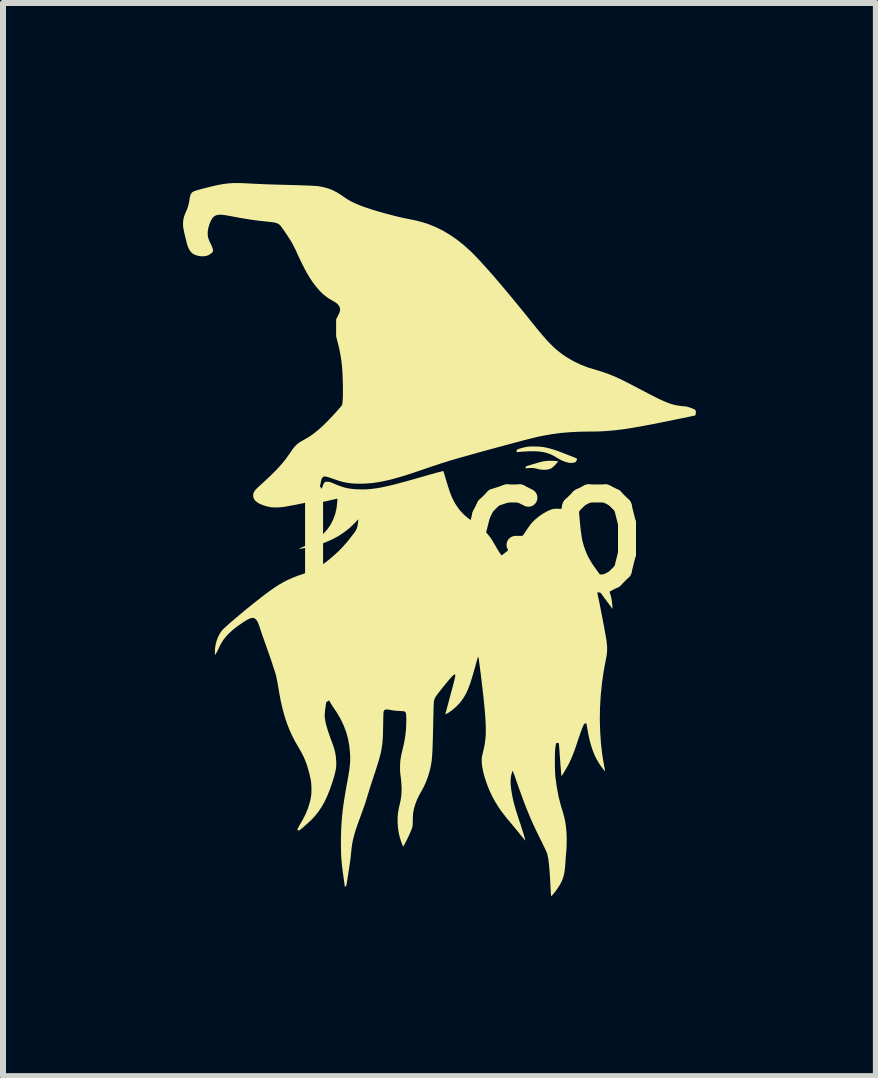
<source format=kicad_pcb>
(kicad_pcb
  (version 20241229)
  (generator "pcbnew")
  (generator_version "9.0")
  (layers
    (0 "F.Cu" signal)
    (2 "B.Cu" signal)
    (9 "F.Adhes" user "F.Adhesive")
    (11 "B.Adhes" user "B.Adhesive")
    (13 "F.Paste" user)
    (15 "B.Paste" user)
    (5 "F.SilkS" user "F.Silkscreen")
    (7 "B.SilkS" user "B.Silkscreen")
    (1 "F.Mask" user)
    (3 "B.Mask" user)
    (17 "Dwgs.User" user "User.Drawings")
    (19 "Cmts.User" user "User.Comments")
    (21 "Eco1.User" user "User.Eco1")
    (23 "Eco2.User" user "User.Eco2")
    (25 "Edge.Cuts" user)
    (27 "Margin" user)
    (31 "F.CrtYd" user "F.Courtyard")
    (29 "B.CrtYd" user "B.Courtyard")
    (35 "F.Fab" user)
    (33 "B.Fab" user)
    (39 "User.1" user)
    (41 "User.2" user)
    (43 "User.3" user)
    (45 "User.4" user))
  (footprint "LOGO"
    (layer "F.Cu")
    (at 4.755 5.994)
    (property "Reference" "LOGO" (at 0 0 0) (layer "F.SilkS") (effects (font (size 1.5 1.5) (thickness 0.3))))
    (attr board_only exclude_from_pos_files exclude_from_bom)
    (fp_poly (pts (xy -2.841 0.105) (xy -2.842 0.108) (xy -2.845 0.108) (xy -2.85 0.106) (xy -2.849 0.105) (xy -2.842 0.104)) (stroke (width 0) (type solid)) (fill yes) (layer "F.SilkS"))
    (fp_poly (pts (xy 1.405 -1.365) (xy 1.438 -1.363) (xy 1.465 -1.361) (xy 1.484 -1.358) (xy 1.493 -1.354) (xy 1.494 -1.352) (xy 1.49 -1.347) (xy 1.48 -1.335) (xy 1.465 -1.318) (xy 1.449 -1.299) (xy 1.418 -1.268) (xy 1.39 -1.246) (xy 1.362 -1.231) (xy 1.331 -1.222) (xy 1.295 -1.217) (xy 1.274 -1.216) (xy 1.24 -1.216) (xy 1.21 -1.219) (xy 1.186 -1.222) (xy 1.186 -1.222) (xy 1.148 -1.232) (xy 1.118 -1.238) (xy 1.095 -1.243) (xy 1.075 -1.245) (xy 1.056 -1.246) (xy 1.036 -1.246) (xy 1.013 -1.245) (xy 0.951 -1.241) (xy 0.953 -1.257) (xy 0.955 -1.265) (xy 0.959 -1.27) (xy 0.968 -1.275) (xy 0.984 -1.281) (xy 1.008 -1.289) (xy 1.009 -1.289) (xy 1.069 -1.307) (xy 1.12 -1.322) (xy 1.163 -1.335) (xy 1.198 -1.344) (xy 1.229 -1.352) (xy 1.255 -1.357) (xy 1.279 -1.361) (xy 1.302 -1.363) (xy 1.324 -1.365) (xy 1.348 -1.365) (xy 1.365 -1.365)) (stroke (width 0) (type solid)) (fill yes) (layer "F.SilkS"))
    (fp_poly (pts (xy 1.153 -1.603) (xy 1.201 -1.6) (xy 1.247 -1.595) (xy 1.293 -1.586) (xy 1.344 -1.574) (xy 1.401 -1.558) (xy 1.418 -1.553) (xy 1.436 -1.547) (xy 1.462 -1.538) (xy 1.494 -1.527) (xy 1.531 -1.513) (xy 1.57 -1.498) (xy 1.611 -1.482) (xy 1.652 -1.466) (xy 1.691 -1.451) (xy 1.727 -1.437) (xy 1.759 -1.424) (xy 1.783 -1.414) (xy 1.8 -1.407) (xy 1.806 -1.403) (xy 1.81 -1.395) (xy 1.807 -1.382) (xy 1.8 -1.366) (xy 1.79 -1.351) (xy 1.78 -1.342) (xy 1.764 -1.336) (xy 1.74 -1.332) (xy 1.713 -1.33) (xy 1.685 -1.331) (xy 1.665 -1.334) (xy 1.607 -1.351) (xy 1.547 -1.376) (xy 1.482 -1.412) (xy 1.459 -1.426) (xy 1.411 -1.454) (xy 1.361 -1.477) (xy 1.308 -1.496) (xy 1.252 -1.51) (xy 1.19 -1.519) (xy 1.123 -1.524) (xy 1.048 -1.525) (xy 0.965 -1.522) (xy 0.872 -1.516) (xy 0.842 -1.513) (xy 0.804 -1.509) (xy 0.804 -1.53) (xy 0.805 -1.541) (xy 0.808 -1.549) (xy 0.817 -1.554) (xy 0.834 -1.561) (xy 0.837 -1.562) (xy 0.856 -1.569) (xy 0.883 -1.577) (xy 0.913 -1.585) (xy 0.932 -1.59) (xy 0.956 -1.595) (xy 0.978 -1.599) (xy 0.999 -1.602) (xy 1.022 -1.603) (xy 1.051 -1.604) (xy 1.088 -1.604) (xy 1.1 -1.604)) (stroke (width 0) (type solid)) (fill yes) (layer "F.SilkS"))
    (fp_poly (pts (xy -3.792 -5.993) (xy -3.726 -5.99) (xy -3.715 -5.99) (xy -3.619 -5.985) (xy -3.525 -5.98) (xy -3.432 -5.976) (xy -3.337 -5.972) (xy -3.237 -5.969) (xy -3.13 -5.966) (xy -3.05 -5.964) (xy -2.954 -5.961) (xy -2.868 -5.959) (xy -2.792 -5.956) (xy -2.726 -5.954) (xy -2.668 -5.952) (xy -2.619 -5.95) (xy -2.578 -5.947) (xy -2.544 -5.945) (xy -2.516 -5.943) (xy -2.493 -5.94) (xy -2.477 -5.938) (xy -2.397 -5.921) (xy -2.324 -5.9) (xy -2.255 -5.872) (xy -2.188 -5.837) (xy -2.119 -5.794) (xy -2.081 -5.767) (xy -2.039 -5.738) (xy -1.996 -5.711) (xy -1.95 -5.685) (xy -1.9 -5.661) (xy -1.844 -5.637) (xy -1.782 -5.612) (xy -1.712 -5.587) (xy -1.632 -5.561) (xy -1.602 -5.551) (xy -1.53 -5.529) (xy -1.452 -5.506) (xy -1.37 -5.484) (xy -1.288 -5.462) (xy -1.206 -5.441) (xy -1.127 -5.422) (xy -1.053 -5.406) (xy -0.986 -5.392) (xy -0.935 -5.382) (xy -0.897 -5.375) (xy -0.852 -5.364) (xy -0.803 -5.351) (xy -0.753 -5.337) (xy -0.707 -5.323) (xy -0.668 -5.31) (xy -0.544 -5.26) (xy -0.424 -5.201) (xy -0.307 -5.131) (xy -0.191 -5.051) (xy -0.078 -4.961) (xy 0.034 -4.86) (xy 0.054 -4.841) (xy 0.111 -4.783) (xy 0.175 -4.716) (xy 0.246 -4.639) (xy 0.322 -4.554) (xy 0.405 -4.461) (xy 0.493 -4.358) (xy 0.587 -4.248) (xy 0.686 -4.129) (xy 0.791 -4.002) (xy 0.901 -3.868) (xy 1.016 -3.725) (xy 1.077 -3.649) (xy 1.141 -3.57) (xy 1.199 -3.5) (xy 1.253 -3.437) (xy 1.302 -3.381) (xy 1.349 -3.331) (xy 1.393 -3.286) (xy 1.437 -3.245) (xy 1.479 -3.208) (xy 1.523 -3.173) (xy 1.567 -3.14) (xy 1.614 -3.108) (xy 1.633 -3.095) (xy 1.746 -3.028) (xy 1.865 -2.97) (xy 1.991 -2.921) (xy 2.083 -2.893) (xy 2.149 -2.874) (xy 2.21 -2.855) (xy 2.269 -2.835) (xy 2.326 -2.815) (xy 2.384 -2.792) (xy 2.443 -2.768) (xy 2.504 -2.74) (xy 2.569 -2.709) (xy 2.64 -2.673) (xy 2.718 -2.633) (xy 2.804 -2.588) (xy 2.819 -2.58) (xy 2.909 -2.533) (xy 2.989 -2.491) (xy 3.061 -2.454) (xy 3.125 -2.421) (xy 3.183 -2.393) (xy 3.236 -2.369) (xy 3.283 -2.348) (xy 3.326 -2.331) (xy 3.366 -2.317) (xy 3.404 -2.305) (xy 3.44 -2.296) (xy 3.475 -2.289) (xy 3.511 -2.283) (xy 3.547 -2.278) (xy 3.581 -2.275) (xy 3.613 -2.272) (xy 3.64 -2.268) (xy 3.667 -2.261) (xy 3.698 -2.25) (xy 3.709 -2.246) (xy 3.741 -2.234) (xy 3.764 -2.224) (xy 3.779 -2.213) (xy 3.787 -2.202) (xy 3.79 -2.187) (xy 3.79 -2.168) (xy 3.789 -2.158) (xy 3.786 -2.138) (xy 3.783 -2.127) (xy 3.778 -2.121) (xy 3.77 -2.119) (xy 3.77 -2.119) (xy 3.663 -2.096) (xy 3.566 -2.076) (xy 3.479 -2.059) (xy 3.4 -2.042) (xy 3.33 -2.028) (xy 3.267 -2.015) (xy 3.21 -2.004) (xy 3.16 -1.994) (xy 3.114 -1.984) (xy 3.072 -1.976) (xy 3.034 -1.969) (xy 2.998 -1.962) (xy 2.964 -1.956) (xy 2.932 -1.95) (xy 2.899 -1.944) (xy 2.866 -1.938) (xy 2.856 -1.936) (xy 2.741 -1.916) (xy 2.634 -1.899) (xy 2.535 -1.885) (xy 2.44 -1.874) (xy 2.348 -1.866) (xy 2.258 -1.859) (xy 2.167 -1.855) (xy 2.073 -1.853) (xy 2.015 -1.853) (xy 1.848 -1.85) (xy 1.69 -1.842) (xy 1.538 -1.829) (xy 1.39 -1.809) (xy 1.245 -1.784) (xy 1.151 -1.764) (xy 1.12 -1.757) (xy 1.079 -1.747) (xy 1.029 -1.734) (xy 0.971 -1.72) (xy 0.905 -1.703) (xy 0.834 -1.684) (xy 0.757 -1.663) (xy 0.675 -1.641) (xy 0.59 -1.618) (xy 0.502 -1.595) (xy 0.413 -1.57) (xy 0.323 -1.546) (xy 0.233 -1.521) (xy 0.144 -1.497) (xy 0.057 -1.472) (xy -0.026 -1.449) (xy -0.106 -1.427) (xy -0.162 -1.411) (xy -0.206 -1.398) (xy -0.246 -1.386) (xy -0.286 -1.375) (xy -0.325 -1.363) (xy -0.365 -1.35) (xy -0.407 -1.337) (xy -0.452 -1.323) (xy -0.5 -1.307) (xy -0.553 -1.289) (xy -0.612 -1.27) (xy -0.678 -1.247) (xy -0.752 -1.222) (xy -0.834 -1.194) (xy -0.918 -1.166) (xy -1.048 -1.123) (xy -1.169 -1.087) (xy -1.282 -1.056) (xy -1.389 -1.031) (xy -1.49 -1.011) (xy -1.587 -0.997) (xy -1.68 -0.988) (xy -1.77 -0.984) (xy -1.799 -0.984) (xy -1.865 -0.985) (xy -1.924 -0.987) (xy -1.978 -0.993) (xy -2.031 -1.001) (xy -2.084 -1.012) (xy -2.14 -1.027) (xy -2.201 -1.047) (xy -2.259 -1.067) (xy -2.303 -1.082) (xy -2.337 -1.093) (xy -2.364 -1.1) (xy -2.384 -1.104) (xy -2.399 -1.104) (xy -2.412 -1.102) (xy -2.417 -1.099) (xy -2.429 -1.09) (xy -2.439 -1.076) (xy -2.448 -1.055) (xy -2.456 -1.026) (xy -2.463 -0.991) (xy -2.478 -0.919) (xy -2.499 -0.858) (xy -2.526 -0.805) (xy -2.558 -0.761) (xy -2.597 -0.725) (xy -2.643 -0.697) (xy -2.697 -0.674) (xy -2.743 -0.661) (xy -2.77 -0.655) (xy -2.807 -0.648) (xy -2.849 -0.639) (xy -2.896 -0.63) (xy -2.943 -0.621) (xy -2.989 -0.613) (xy -3.031 -0.605) (xy -3.066 -0.599) (xy -3.088 -0.596) (xy -3.129 -0.591) (xy -3.174 -0.589) (xy -3.221 -0.588) (xy -3.264 -0.59) (xy -3.301 -0.594) (xy -3.313 -0.596) (xy -3.375 -0.611) (xy -3.431 -0.629) (xy -3.48 -0.65) (xy -3.519 -0.673) (xy -3.543 -0.693) (xy -3.566 -0.719) (xy -3.58 -0.745) (xy -3.586 -0.774) (xy -3.586 -0.788) (xy -3.585 -0.808) (xy -3.581 -0.826) (xy -3.574 -0.844) (xy -3.562 -0.863) (xy -3.545 -0.884) (xy -3.521 -0.909) (xy -3.49 -0.939) (xy -3.465 -0.962) (xy -3.392 -1.028) (xy -3.328 -1.088) (xy -3.271 -1.143) (xy -3.22 -1.194) (xy -3.174 -1.242) (xy -3.133 -1.287) (xy -3.095 -1.331) (xy -3.06 -1.375) (xy -3.026 -1.419) (xy -2.993 -1.466) (xy -2.961 -1.512) (xy -2.931 -1.556) (xy -2.903 -1.592) (xy -2.876 -1.622) (xy -2.848 -1.648) (xy -2.816 -1.671) (xy -2.778 -1.694) (xy -2.74 -1.716) (xy -2.655 -1.765) (xy -2.571 -1.824) (xy -2.487 -1.893) (xy -2.402 -1.971) (xy -2.386 -1.987) (xy -2.35 -2.023) (xy -2.314 -2.061) (xy -2.277 -2.099) (xy -2.242 -2.137) (xy -2.209 -2.173) (xy -2.179 -2.207) (xy -2.152 -2.237) (xy -2.131 -2.262) (xy -2.115 -2.282) (xy -2.106 -2.294) (xy -2.105 -2.297) (xy -2.101 -2.313) (xy -2.097 -2.34) (xy -2.095 -2.375) (xy -2.092 -2.42) (xy -2.091 -2.471) (xy -2.091 -2.529) (xy -2.091 -2.591) (xy -2.092 -2.658) (xy -2.093 -2.691) (xy -2.096 -2.784) (xy -2.101 -2.867) (xy -2.107 -2.943) (xy -2.114 -3.015) (xy -2.124 -3.084) (xy -2.136 -3.153) (xy -2.15 -3.223) (xy -2.167 -3.297) (xy -2.177 -3.335) (xy -2.204 -3.441) (xy -2.204 -3.581) (xy -2.204 -3.722) (xy -2.171 -3.787) (xy -2.154 -3.823) (xy -2.143 -3.852) (xy -2.138 -3.877) (xy -2.139 -3.899) (xy -2.145 -3.922) (xy -2.151 -3.937) (xy -2.163 -3.958) (xy -2.179 -3.976) (xy -2.199 -3.994) (xy -2.228 -4.012) (xy -2.255 -4.028) (xy -2.322 -4.067) (xy -2.38 -4.108) (xy -2.433 -4.153) (xy -2.462 -4.182) (xy -2.509 -4.233) (xy -2.554 -4.288) (xy -2.598 -4.347) (xy -2.641 -4.412) (xy -2.684 -4.484) (xy -2.728 -4.563) (xy -2.772 -4.65) (xy -2.819 -4.747) (xy -2.856 -4.827) (xy -2.873 -4.866) (xy -2.892 -4.904) (xy -2.91 -4.941) (xy -2.926 -4.973) (xy -2.94 -4.998) (xy -2.941 -5) (xy -2.954 -5.022) (xy -2.972 -5.05) (xy -2.993 -5.083) (xy -3.016 -5.118) (xy -3.04 -5.154) (xy -3.063 -5.189) (xy -3.086 -5.221) (xy -3.105 -5.248) (xy -3.121 -5.27) (xy -3.132 -5.284) (xy -3.132 -5.284) (xy -3.147 -5.299) (xy -3.164 -5.311) (xy -3.184 -5.322) (xy -3.208 -5.33) (xy -3.239 -5.337) (xy -3.277 -5.343) (xy -3.325 -5.348) (xy -3.352 -5.351) (xy -3.502 -5.367) (xy -3.66 -5.389) (xy -3.826 -5.417) (xy -3.958 -5.442) (xy -4.019 -5.453) (xy -4.07 -5.461) (xy -4.113 -5.466) (xy -4.149 -5.466) (xy -4.178 -5.463) (xy -4.203 -5.456) (xy -4.225 -5.446) (xy -4.245 -5.431) (xy -4.253 -5.423) (xy -4.273 -5.398) (xy -4.292 -5.363) (xy -4.31 -5.323) (xy -4.324 -5.279) (xy -4.336 -5.234) (xy -4.343 -5.19) (xy -4.344 -5.159) (xy -4.343 -5.124) (xy -4.339 -5.093) (xy -4.33 -5.063) (xy -4.317 -5.03) (xy -4.299 -4.992) (xy -4.278 -4.948) (xy -4.264 -4.912) (xy -4.256 -4.883) (xy -4.255 -4.862) (xy -4.256 -4.858) (xy -4.265 -4.842) (xy -4.283 -4.824) (xy -4.309 -4.805) (xy -4.333 -4.792) (xy -4.37 -4.779) (xy -4.412 -4.773) (xy -4.458 -4.774) (xy -4.503 -4.781) (xy -4.547 -4.794) (xy -4.585 -4.812) (xy -4.608 -4.829) (xy -4.631 -4.854) (xy -4.653 -4.888) (xy -4.672 -4.928) (xy -4.681 -4.951) (xy -4.685 -4.966) (xy -4.692 -4.99) (xy -4.699 -5.02) (xy -4.708 -5.056) (xy -4.718 -5.095) (xy -4.723 -5.119) (xy -4.734 -5.164) (xy -4.741 -5.199) (xy -4.747 -5.228) (xy -4.751 -5.251) (xy -4.753 -5.272) (xy -4.755 -5.291) (xy -4.755 -5.311) (xy -4.755 -5.314) (xy -4.753 -5.356) (xy -4.748 -5.395) (xy -4.738 -5.434) (xy -4.723 -5.476) (xy -4.707 -5.513) (xy -4.687 -5.56) (xy -4.672 -5.603) (xy -4.66 -5.647) (xy -4.651 -5.696) (xy -4.65 -5.705) (xy -4.644 -5.742) (xy -4.638 -5.769) (xy -4.633 -5.79) (xy -4.626 -5.806) (xy -4.618 -5.82) (xy -4.614 -5.826) (xy -4.606 -5.835) (xy -4.597 -5.843) (xy -4.584 -5.851) (xy -4.568 -5.859) (xy -4.546 -5.867) (xy -4.516 -5.876) (xy -4.479 -5.886) (xy -4.432 -5.899) (xy -4.427 -5.9) (xy -4.341 -5.922) (xy -4.264 -5.941) (xy -4.195 -5.957) (xy -4.132 -5.969) (xy -4.073 -5.979) (xy -4.018 -5.986) (xy -3.963 -5.991) (xy -3.908 -5.994) (xy -3.852 -5.994)) (stroke (width 0) (type solid)) (fill yes) (layer "F.SilkS"))
    (fp_poly (pts (xy -0.403 -1.15) (xy -0.396 -1.127) (xy -0.387 -1.097) (xy -0.377 -1.063) (xy -0.367 -1.028) (xy -0.363 -1.015) (xy -0.338 -0.935) (xy -0.315 -0.864) (xy -0.292 -0.802) (xy -0.269 -0.747) (xy -0.245 -0.698) (xy -0.219 -0.652) (xy -0.195 -0.613) (xy -0.144 -0.544) (xy -0.09 -0.483) (xy -0.03 -0.429) (xy 0.038 -0.379) (xy 0.051 -0.37) (xy 0.094 -0.343) (xy 0.128 -0.319) (xy 0.156 -0.299) (xy 0.18 -0.281) (xy 0.202 -0.263) (xy 0.224 -0.244) (xy 0.247 -0.223) (xy 0.292 -0.177) (xy 0.332 -0.131) (xy 0.369 -0.083) (xy 0.405 -0.028) (xy 0.441 0.034) (xy 0.444 0.04) (xy 0.462 0.071) (xy 0.48 0.102) (xy 0.499 0.132) (xy 0.516 0.159) (xy 0.531 0.182) (xy 0.543 0.199) (xy 0.551 0.208) (xy 0.553 0.21) (xy 0.564 0.204) (xy 0.581 0.191) (xy 0.604 0.173) (xy 0.631 0.151) (xy 0.661 0.126) (xy 0.692 0.099) (xy 0.723 0.071) (xy 0.753 0.043) (xy 0.78 0.018) (xy 0.798 0.000086) (xy 0.827 -0.029) (xy 0.852 -0.055) (xy 0.873 -0.078) (xy 0.893 -0.102) (xy 0.912 -0.127) (xy 0.933 -0.156) (xy 0.956 -0.19) (xy 0.983 -0.232) (xy 0.994 -0.248) (xy 1.045 -0.318) (xy 1.107 -0.382) (xy 1.177 -0.441) (xy 1.255 -0.493) (xy 1.326 -0.531) (xy 1.359 -0.546) (xy 1.388 -0.557) (xy 1.415 -0.563) (xy 1.444 -0.567) (xy 1.478 -0.567) (xy 1.519 -0.565) (xy 1.531 -0.564) (xy 1.561 -0.562) (xy 1.596 -0.559) (xy 1.634 -0.556) (xy 1.673 -0.552) (xy 1.711 -0.548) (xy 1.748 -0.544) (xy 1.78 -0.541) (xy 1.808 -0.538) (xy 1.828 -0.536) (xy 1.839 -0.534) (xy 1.84 -0.533) (xy 1.841 -0.527) (xy 1.843 -0.512) (xy 1.846 -0.488) (xy 1.848 -0.457) (xy 1.852 -0.422) (xy 1.853 -0.401) (xy 1.86 -0.323) (xy 1.867 -0.254) (xy 1.874 -0.194) (xy 1.881 -0.142) (xy 1.888 -0.095) (xy 1.896 -0.052) (xy 1.905 -0.012) (xy 1.916 0.026) (xy 1.927 0.065) (xy 1.93 0.072) (xy 1.955 0.142) (xy 1.983 0.208) (xy 2.016 0.271) (xy 2.054 0.335) (xy 2.099 0.402) (xy 2.132 0.447) (xy 2.175 0.507) (xy 2.213 0.56) (xy 2.244 0.607) (xy 2.271 0.651) (xy 2.295 0.693) (xy 2.312 0.727) (xy 2.341 0.789) (xy 2.362 0.846) (xy 2.378 0.902) (xy 2.389 0.96) (xy 2.396 1.023) (xy 2.398 1.043) (xy 2.402 1.103) (xy 2.292 0.955) (xy 2.265 0.919) (xy 2.241 0.886) (xy 2.22 0.857) (xy 2.202 0.834) (xy 2.189 0.817) (xy 2.182 0.807) (xy 2.181 0.805) (xy 2.175 0.806) (xy 2.164 0.811) (xy 2.161 0.812) (xy 2.148 0.822) (xy 2.146 0.831) (xy 2.151 0.85) (xy 2.157 0.878) (xy 2.165 0.915) (xy 2.175 0.959) (xy 2.185 1.01) (xy 2.196 1.066) (xy 2.208 1.126) (xy 2.22 1.189) (xy 2.233 1.253) (xy 2.245 1.317) (xy 2.257 1.38) (xy 2.268 1.441) (xy 2.278 1.499) (xy 2.288 1.552) (xy 2.29 1.565) (xy 2.301 1.631) (xy 2.308 1.689) (xy 2.312 1.74) (xy 2.312 1.788) (xy 2.309 1.834) (xy 2.303 1.881) (xy 2.294 1.931) (xy 2.293 1.936) (xy 2.255 2.136) (xy 2.226 2.339) (xy 2.205 2.544) (xy 2.193 2.749) (xy 2.19 2.953) (xy 2.196 3.155) (xy 2.21 3.354) (xy 2.233 3.547) (xy 2.255 3.677) (xy 2.261 3.712) (xy 2.267 3.744) (xy 2.272 3.77) (xy 2.275 3.789) (xy 2.277 3.798) (xy 2.277 3.799) (xy 2.278 3.805) (xy 2.274 3.804) (xy 2.265 3.795) (xy 2.251 3.779) (xy 2.231 3.754) (xy 2.221 3.74) (xy 2.177 3.676) (xy 2.137 3.609) (xy 2.102 3.537) (xy 2.071 3.459) (xy 2.043 3.374) (xy 2.018 3.281) (xy 1.996 3.178) (xy 1.984 3.113) (xy 1.979 3.081) (xy 1.974 3.053) (xy 1.97 3.031) (xy 1.968 3.016) (xy 1.967 3.012) (xy 1.962 3.011) (xy 1.95 3.01) (xy 1.95 3.01) (xy 1.941 3.011) (xy 1.934 3.016) (xy 1.926 3.025) (xy 1.917 3.042) (xy 1.912 3.052) (xy 1.905 3.067) (xy 1.896 3.092) (xy 1.884 3.124) (xy 1.87 3.162) (xy 1.855 3.205) (xy 1.839 3.25) (xy 1.829 3.28) (xy 1.805 3.354) (xy 1.783 3.418) (xy 1.763 3.474) (xy 1.744 3.524) (xy 1.726 3.568) (xy 1.709 3.609) (xy 1.691 3.647) (xy 1.678 3.675) (xy 1.666 3.697) (xy 1.652 3.723) (xy 1.635 3.753) (xy 1.618 3.782) (xy 1.601 3.812) (xy 1.585 3.838) (xy 1.571 3.861) (xy 1.56 3.878) (xy 1.553 3.887) (xy 1.551 3.888) (xy 1.55 3.883) (xy 1.548 3.867) (xy 1.546 3.842) (xy 1.543 3.809) (xy 1.54 3.769) (xy 1.536 3.724) (xy 1.532 3.674) (xy 1.529 3.625) (xy 1.525 3.571) (xy 1.521 3.52) (xy 1.518 3.473) (xy 1.515 3.432) (xy 1.512 3.398) (xy 1.51 3.372) (xy 1.508 3.354) (xy 1.508 3.348) (xy 1.504 3.339) (xy 1.496 3.336) (xy 1.484 3.336) (xy 1.462 3.338) (xy 1.452 3.39) (xy 1.449 3.415) (xy 1.446 3.45) (xy 1.443 3.493) (xy 1.442 3.542) (xy 1.441 3.595) (xy 1.441 3.651) (xy 1.441 3.707) (xy 1.442 3.762) (xy 1.444 3.815) (xy 1.447 3.863) (xy 1.45 3.903) (xy 1.473 4.073) (xy 1.504 4.237) (xy 1.545 4.395) (xy 1.56 4.441) (xy 1.583 4.518) (xy 1.601 4.589) (xy 1.615 4.657) (xy 1.625 4.725) (xy 1.632 4.798) (xy 1.636 4.852) (xy 1.637 4.886) (xy 1.638 4.927) (xy 1.638 4.971) (xy 1.637 5.017) (xy 1.636 5.063) (xy 1.634 5.105) (xy 1.632 5.141) (xy 1.629 5.169) (xy 1.628 5.177) (xy 1.627 5.188) (xy 1.625 5.209) (xy 1.623 5.238) (xy 1.62 5.271) (xy 1.618 5.309) (xy 1.617 5.325) (xy 1.612 5.391) (xy 1.606 5.447) (xy 1.599 5.496) (xy 1.59 5.539) (xy 1.579 5.578) (xy 1.566 5.615) (xy 1.55 5.651) (xy 1.531 5.688) (xy 1.513 5.717) (xy 1.491 5.752) (xy 1.465 5.789) (xy 1.438 5.825) (xy 1.412 5.857) (xy 1.401 5.87) (xy 1.389 5.883) (xy 1.383 5.888) (xy 1.38 5.886) (xy 1.378 5.878) (xy 1.377 5.869) (xy 1.375 5.849) (xy 1.373 5.822) (xy 1.371 5.789) (xy 1.369 5.753) (xy 1.368 5.733) (xy 1.363 5.629) (xy 1.357 5.537) (xy 1.351 5.454) (xy 1.345 5.383) (xy 1.338 5.321) (xy 1.331 5.268) (xy 1.323 5.225) (xy 1.315 5.191) (xy 1.314 5.186) (xy 1.307 5.166) (xy 1.295 5.138) (xy 1.278 5.101) (xy 1.257 5.056) (xy 1.232 5.005) (xy 1.204 4.949) (xy 1.159 4.858) (xy 1.117 4.771) (xy 1.077 4.685) (xy 1.039 4.6) (xy 1.003 4.513) (xy 0.966 4.424) (xy 0.93 4.33) (xy 0.893 4.23) (xy 0.854 4.123) (xy 0.813 4.006) (xy 0.806 3.986) (xy 0.792 3.946) (xy 0.779 3.908) (xy 0.767 3.874) (xy 0.757 3.847) (xy 0.749 3.827) (xy 0.745 3.816) (xy 0.744 3.815) (xy 0.736 3.8) (xy 0.73 3.816) (xy 0.716 3.863) (xy 0.707 3.916) (xy 0.703 3.974) (xy 0.705 4.039) (xy 0.713 4.111) (xy 0.727 4.192) (xy 0.73 4.211) (xy 0.74 4.258) (xy 0.75 4.303) (xy 0.761 4.348) (xy 0.774 4.395) (xy 0.788 4.445) (xy 0.805 4.5) (xy 0.825 4.561) (xy 0.848 4.632) (xy 0.852 4.644) (xy 0.872 4.702) (xy 0.889 4.756) (xy 0.905 4.806) (xy 0.919 4.851) (xy 0.93 4.889) (xy 0.939 4.92) (xy 0.945 4.944) (xy 0.948 4.958) (xy 0.948 4.963) (xy 0.947 4.963) (xy 0.942 4.957) (xy 0.931 4.944) (xy 0.915 4.924) (xy 0.895 4.899) (xy 0.871 4.871) (xy 0.849 4.843) (xy 0.819 4.806) (xy 0.786 4.766) (xy 0.752 4.725) (xy 0.721 4.687) (xy 0.693 4.655) (xy 0.684 4.644) (xy 0.63 4.578) (xy 0.582 4.517) (xy 0.54 4.461) (xy 0.502 4.406) (xy 0.468 4.351) (xy 0.434 4.294) (xy 0.429 4.286) (xy 0.39 4.212) (xy 0.354 4.134) (xy 0.321 4.054) (xy 0.292 3.973) (xy 0.267 3.894) (xy 0.247 3.817) (xy 0.233 3.745) (xy 0.224 3.679) (xy 0.222 3.632) (xy 0.222 3.604) (xy 0.224 3.58) (xy 0.228 3.555) (xy 0.234 3.527) (xy 0.242 3.495) (xy 0.255 3.441) (xy 0.266 3.389) (xy 0.275 3.337) (xy 0.282 3.286) (xy 0.287 3.232) (xy 0.29 3.176) (xy 0.29 3.115) (xy 0.289 3.05) (xy 0.286 2.977) (xy 0.281 2.898) (xy 0.274 2.809) (xy 0.265 2.711) (xy 0.26 2.664) (xy 0.255 2.611) (xy 0.249 2.553) (xy 0.242 2.493) (xy 0.235 2.43) (xy 0.227 2.366) (xy 0.22 2.303) (xy 0.212 2.24) (xy 0.205 2.18) (xy 0.197 2.123) (xy 0.191 2.07) (xy 0.184 2.023) (xy 0.179 1.982) (xy 0.174 1.949) (xy 0.17 1.925) (xy 0.167 1.911) (xy 0.166 1.909) (xy 0.165 1.905) (xy 0.164 1.901) (xy 0.163 1.9) (xy 0.161 1.901) (xy 0.159 1.905) (xy 0.156 1.915) (xy 0.151 1.93) (xy 0.145 1.952) (xy 0.137 1.981) (xy 0.126 2.019) (xy 0.113 2.067) (xy 0.108 2.084) (xy 0.084 2.169) (xy 0.062 2.243) (xy 0.041 2.309) (xy 0.022 2.367) (xy 0.002 2.419) (xy -0.017 2.465) (xy -0.037 2.507) (xy -0.058 2.546) (xy -0.08 2.582) (xy -0.105 2.619) (xy -0.113 2.63) (xy -0.146 2.672) (xy -0.187 2.715) (xy -0.231 2.756) (xy -0.278 2.795) (xy -0.324 2.827) (xy -0.362 2.849) (xy -0.385 2.861) (xy -0.298 2.533) (xy -0.279 2.464) (xy -0.263 2.405) (xy -0.25 2.355) (xy -0.24 2.314) (xy -0.231 2.28) (xy -0.225 2.254) (xy -0.221 2.234) (xy -0.219 2.219) (xy -0.218 2.208) (xy -0.219 2.201) (xy -0.222 2.198) (xy -0.225 2.196) (xy -0.23 2.195) (xy -0.233 2.195) (xy -0.242 2.2) (xy -0.258 2.213) (xy -0.28 2.236) (xy -0.309 2.268) (xy -0.343 2.308) (xy -0.383 2.357) (xy -0.414 2.395) (xy -0.449 2.439) (xy -0.478 2.476) (xy -0.501 2.505) (xy -0.519 2.529) (xy -0.533 2.549) (xy -0.544 2.565) (xy -0.552 2.578) (xy -0.558 2.591) (xy -0.563 2.603) (xy -0.566 2.61) (xy -0.568 2.615) (xy -0.57 2.62) (xy -0.571 2.625) (xy -0.572 2.63) (xy -0.574 2.637) (xy -0.575 2.646) (xy -0.576 2.658) (xy -0.577 2.674) (xy -0.578 2.693) (xy -0.579 2.717) (xy -0.58 2.747) (xy -0.581 2.783) (xy -0.582 2.825) (xy -0.583 2.875) (xy -0.585 2.933) (xy -0.586 2.999) (xy -0.588 3.075) (xy -0.59 3.161) (xy -0.592 3.258) (xy -0.593 3.27) (xy -0.595 3.349) (xy -0.597 3.418) (xy -0.6 3.479) (xy -0.603 3.533) (xy -0.607 3.581) (xy -0.611 3.624) (xy -0.617 3.664) (xy -0.623 3.703) (xy -0.631 3.742) (xy -0.64 3.782) (xy -0.647 3.808) (xy -0.673 3.896) (xy -0.706 3.984) (xy -0.744 4.068) (xy -0.777 4.129) (xy -0.821 4.209) (xy -0.857 4.283) (xy -0.884 4.354) (xy -0.905 4.424) (xy -0.918 4.49) (xy -0.921 4.51) (xy -0.923 4.538) (xy -0.925 4.571) (xy -0.926 4.607) (xy -0.927 4.627) (xy -0.927 4.662) (xy -0.928 4.69) (xy -0.93 4.713) (xy -0.934 4.734) (xy -0.94 4.755) (xy -0.948 4.779) (xy -0.96 4.808) (xy -0.976 4.844) (xy -0.98 4.854) (xy -0.994 4.886) (xy -1.01 4.919) (xy -1.026 4.952) (xy -1.042 4.983) (xy -1.057 5.011) (xy -1.07 5.034) (xy -1.08 5.05) (xy -1.087 5.059) (xy -1.089 5.059) (xy -1.094 5.051) (xy -1.101 5.034) (xy -1.109 5.011) (xy -1.119 4.984) (xy -1.129 4.954) (xy -1.138 4.925) (xy -1.146 4.898) (xy -1.151 4.879) (xy -1.165 4.809) (xy -1.175 4.734) (xy -1.18 4.656) (xy -1.179 4.58) (xy -1.174 4.509) (xy -1.172 4.496) (xy -1.167 4.468) (xy -1.161 4.433) (xy -1.153 4.396) (xy -1.145 4.361) (xy -1.144 4.359) (xy -1.129 4.289) (xy -1.119 4.222) (xy -1.114 4.153) (xy -1.113 4.082) (xy -1.117 4.005) (xy -1.125 3.921) (xy -1.129 3.891) (xy -1.135 3.847) (xy -1.138 3.808) (xy -1.139 3.772) (xy -1.139 3.731) (xy -1.138 3.712) (xy -1.137 3.675) (xy -1.135 3.643) (xy -1.131 3.612) (xy -1.126 3.58) (xy -1.12 3.545) (xy -1.111 3.504) (xy -1.099 3.456) (xy -1.095 3.437) (xy -1.074 3.346) (xy -1.058 3.262) (xy -1.047 3.181) (xy -1.039 3.1) (xy -1.036 3.015) (xy -1.035 2.973) (xy -1.035 2.927) (xy -1.036 2.892) (xy -1.038 2.864) (xy -1.04 2.844) (xy -1.045 2.83) (xy -1.05 2.821) (xy -1.058 2.814) (xy -1.062 2.812) (xy -1.072 2.81) (xy -1.091 2.807) (xy -1.117 2.805) (xy -1.146 2.803) (xy -1.155 2.803) (xy -1.198 2.8) (xy -1.241 2.796) (xy -1.279 2.79) (xy -1.291 2.788) (xy -1.328 2.781) (xy -1.356 2.778) (xy -1.377 2.779) (xy -1.392 2.784) (xy -1.403 2.794) (xy -1.405 2.796) (xy -1.408 2.8) (xy -1.41 2.805) (xy -1.412 2.812) (xy -1.414 2.823) (xy -1.415 2.837) (xy -1.417 2.857) (xy -1.417 2.883) (xy -1.418 2.917) (xy -1.419 2.959) (xy -1.42 3.012) (xy -1.42 3.032) (xy -1.422 3.103) (xy -1.423 3.167) (xy -1.425 3.225) (xy -1.428 3.277) (xy -1.432 3.326) (xy -1.437 3.372) (xy -1.444 3.418) (xy -1.452 3.463) (xy -1.462 3.51) (xy -1.475 3.56) (xy -1.49 3.614) (xy -1.507 3.673) (xy -1.528 3.738) (xy -1.551 3.812) (xy -1.579 3.895) (xy -1.585 3.914) (xy -1.602 3.966) (xy -1.619 4.018) (xy -1.635 4.067) (xy -1.65 4.114) (xy -1.662 4.155) (xy -1.673 4.188) (xy -1.68 4.213) (xy -1.681 4.216) (xy -1.696 4.267) (xy -1.712 4.318) (xy -1.73 4.372) (xy -1.751 4.431) (xy -1.775 4.497) (xy -1.8 4.567) (xy -1.83 4.647) (xy -1.855 4.718) (xy -1.876 4.781) (xy -1.894 4.839) (xy -1.909 4.893) (xy -1.921 4.944) (xy -1.932 4.993) (xy -1.94 5.043) (xy -1.947 5.095) (xy -1.953 5.15) (xy -1.953 5.151) (xy -1.957 5.189) (xy -1.961 5.229) (xy -1.965 5.266) (xy -1.969 5.298) (xy -1.97 5.305) (xy -1.974 5.33) (xy -1.978 5.362) (xy -1.984 5.399) (xy -1.99 5.44) (xy -1.997 5.482) (xy -2.003 5.525) (xy -2.01 5.567) (xy -2.016 5.606) (xy -2.022 5.641) (xy -2.026 5.671) (xy -2.03 5.692) (xy -2.032 5.705) (xy -2.033 5.708) (xy -2.037 5.715) (xy -2.045 5.725) (xy -2.052 5.733) (xy -2.058 5.736) (xy -2.058 5.735) (xy -2.059 5.729) (xy -2.061 5.713) (xy -2.065 5.689) (xy -2.069 5.658) (xy -2.074 5.621) (xy -2.08 5.58) (xy -2.081 5.573) (xy -2.091 5.501) (xy -2.099 5.439) (xy -2.106 5.383) (xy -2.111 5.333) (xy -2.115 5.286) (xy -2.119 5.239) (xy -2.121 5.192) (xy -2.122 5.142) (xy -2.123 5.087) (xy -2.124 5.025) (xy -2.124 4.994) (xy -2.123 4.883) (xy -2.12 4.777) (xy -2.114 4.673) (xy -2.106 4.569) (xy -2.095 4.465) (xy -2.081 4.356) (xy -2.063 4.242) (xy -2.043 4.12) (xy -2.032 4.059) (xy -2.017 3.98) (xy -2.005 3.911) (xy -1.995 3.85) (xy -1.986 3.796) (xy -1.98 3.749) (xy -1.975 3.706) (xy -1.972 3.667) (xy -1.97 3.629) (xy -1.97 3.593) (xy -1.97 3.556) (xy -1.972 3.518) (xy -1.973 3.5) (xy -1.985 3.379) (xy -2.007 3.263) (xy -2.038 3.15) (xy -2.08 3.04) (xy -2.132 2.932) (xy -2.195 2.825) (xy -2.241 2.757) (xy -2.259 2.73) (xy -2.276 2.704) (xy -2.291 2.68) (xy -2.3 2.663) (xy -2.301 2.663) (xy -2.309 2.646) (xy -2.315 2.634) (xy -2.318 2.629) (xy -2.324 2.63) (xy -2.336 2.636) (xy -2.345 2.641) (xy -2.369 2.656) (xy -2.382 2.746) (xy -2.387 2.781) (xy -2.39 2.815) (xy -2.393 2.847) (xy -2.395 2.871) (xy -2.395 2.878) (xy -2.391 2.926) (xy -2.382 2.982) (xy -2.367 3.047) (xy -2.345 3.12) (xy -2.318 3.2) (xy -2.295 3.265) (xy -2.271 3.329) (xy -2.251 3.384) (xy -2.236 3.433) (xy -2.224 3.478) (xy -2.215 3.52) (xy -2.209 3.562) (xy -2.205 3.605) (xy -2.203 3.632) (xy -2.202 3.672) (xy -2.202 3.709) (xy -2.205 3.747) (xy -2.211 3.785) (xy -2.22 3.827) (xy -2.231 3.874) (xy -2.247 3.927) (xy -2.266 3.988) (xy -2.272 4.006) (xy -2.311 4.119) (xy -2.353 4.222) (xy -2.397 4.315) (xy -2.445 4.4) (xy -2.497 4.478) (xy -2.553 4.549) (xy -2.606 4.607) (xy -2.625 4.626) (xy -2.65 4.649) (xy -2.68 4.676) (xy -2.712 4.705) (xy -2.744 4.733) (xy -2.775 4.759) (xy -2.801 4.78) (xy -2.817 4.793) (xy -2.825 4.796) (xy -2.835 4.791) (xy -2.838 4.789) (xy -2.852 4.778) (xy -2.826 4.731) (xy -2.813 4.706) (xy -2.796 4.676) (xy -2.778 4.645) (xy -2.763 4.619) (xy -2.713 4.522) (xy -2.672 4.421) (xy -2.64 4.317) (xy -2.625 4.245) (xy -2.619 4.206) (xy -2.616 4.159) (xy -2.615 4.107) (xy -2.616 4.056) (xy -2.619 4.008) (xy -2.624 3.967) (xy -2.625 3.963) (xy -2.636 3.908) (xy -2.65 3.847) (xy -2.667 3.785) (xy -2.684 3.726) (xy -2.697 3.686) (xy -2.722 3.621) (xy -2.75 3.556) (xy -2.785 3.489) (xy -2.827 3.416) (xy -2.834 3.404) (xy -2.89 3.307) (xy -2.94 3.208) (xy -2.986 3.106) (xy -3.027 3) (xy -3.063 2.889) (xy -3.096 2.77) (xy -3.125 2.644) (xy -3.151 2.509) (xy -3.17 2.397) (xy -3.177 2.356) (xy -3.184 2.313) (xy -3.193 2.271) (xy -3.201 2.234) (xy -3.207 2.209) (xy -3.215 2.18) (xy -3.227 2.14) (xy -3.243 2.093) (xy -3.261 2.037) (xy -3.281 1.975) (xy -3.304 1.908) (xy -3.329 1.836) (xy -3.356 1.761) (xy -3.383 1.683) (xy -3.4 1.636) (xy -3.415 1.593) (xy -3.431 1.549) (xy -3.445 1.507) (xy -3.458 1.468) (xy -3.469 1.437) (xy -3.475 1.417) (xy -3.492 1.366) (xy -3.509 1.325) (xy -3.526 1.295) (xy -3.544 1.273) (xy -3.564 1.259) (xy -3.585 1.253) (xy -3.597 1.252) (xy -3.614 1.254) (xy -3.633 1.259) (xy -3.656 1.268) (xy -3.682 1.282) (xy -3.715 1.301) (xy -3.755 1.326) (xy -3.769 1.336) (xy -3.85 1.392) (xy -3.92 1.447) (xy -3.981 1.502) (xy -4.034 1.557) (xy -4.079 1.613) (xy -4.117 1.672) (xy -4.149 1.734) (xy -4.159 1.756) (xy -4.171 1.783) (xy -4.186 1.811) (xy -4.199 1.835) (xy -4.201 1.838) (xy -4.222 1.873) (xy -4.224 1.829) (xy -4.222 1.764) (xy -4.212 1.697) (xy -4.194 1.63) (xy -4.17 1.567) (xy -4.14 1.51) (xy -4.108 1.464) (xy -4.093 1.447) (xy -4.07 1.425) (xy -4.04 1.397) (xy -4.003 1.364) (xy -3.961 1.326) (xy -3.913 1.286) (xy -3.862 1.242) (xy -3.808 1.197) (xy -3.752 1.15) (xy -3.694 1.102) (xy -3.635 1.055) (xy -3.577 1.008) (xy -3.52 0.963) (xy -3.465 0.92) (xy -3.413 0.88) (xy -3.365 0.843) (xy -3.323 0.812) (xy -3.241 0.754) (xy -3.163 0.703) (xy -3.086 0.659) (xy -3.009 0.619) (xy -2.928 0.583) (xy -2.841 0.549) (xy -2.746 0.517) (xy -2.733 0.512) (xy -2.672 0.492) (xy -2.615 0.469) (xy -2.562 0.444) (xy -2.509 0.415) (xy -2.456 0.381) (xy -2.401 0.342) (xy -2.342 0.297) (xy -2.278 0.244) (xy -2.252 0.222) (xy -2.173 0.15) (xy -2.101 0.077) (xy -2.037 0.005) (xy -2.009 -0.028) (xy -1.981 -0.063) (xy -1.954 -0.098) (xy -1.929 -0.131) (xy -1.906 -0.16) (xy -1.888 -0.186) (xy -1.876 -0.205) (xy -1.87 -0.214) (xy -1.856 -0.25) (xy -1.845 -0.294) (xy -1.839 -0.343) (xy -1.838 -0.347) (xy -1.834 -0.391) (xy -1.887 -0.335) (xy -1.974 -0.251) (xy -2.067 -0.177) (xy -2.168 -0.11) (xy -2.277 -0.052) (xy -2.394 -0.002) (xy -2.518 0.04) (xy -2.65 0.073) (xy -2.742 0.091) (xy -2.778 0.097) (xy -2.803 0.1) (xy -2.818 0.101) (xy -2.823 0.1) (xy -2.817 0.096) (xy -2.803 0.089) (xy -2.779 0.079) (xy -2.777 0.078) (xy -2.747 0.065) (xy -2.712 0.049) (xy -2.676 0.032) (xy -2.648 0.018) (xy -2.559 -0.034) (xy -2.478 -0.093) (xy -2.408 -0.158) (xy -2.346 -0.229) (xy -2.294 -0.306) (xy -2.252 -0.389) (xy -2.22 -0.477) (xy -2.198 -0.57) (xy -2.186 -0.669) (xy -2.186 -0.675) (xy -2.184 -0.702) (xy -2.184 -0.72) (xy -2.184 -0.73) (xy -2.186 -0.734) (xy -2.19 -0.734) (xy -2.193 -0.734) (xy -2.205 -0.73) (xy -2.225 -0.726) (xy -2.252 -0.719) (xy -2.283 -0.712) (xy -2.319 -0.704) (xy -2.355 -0.696) (xy -2.392 -0.688) (xy -2.427 -0.681) (xy -2.459 -0.674) (xy -2.485 -0.669) (xy -2.505 -0.665) (xy -2.516 -0.663) (xy -2.518 -0.663) (xy -2.516 -0.669) (xy -2.512 -0.684) (xy -2.505 -0.707) (xy -2.496 -0.737) (xy -2.484 -0.773) (xy -2.471 -0.813) (xy -2.466 -0.831) (xy -2.449 -0.881) (xy -2.436 -0.921) (xy -2.425 -0.952) (xy -2.415 -0.976) (xy -2.406 -0.993) (xy -2.398 -1.005) (xy -2.389 -1.012) (xy -2.378 -1.016) (xy -2.366 -1.017) (xy -2.352 -1.017) (xy -2.346 -1.017) (xy -2.33 -1.016) (xy -2.313 -1.013) (xy -2.294 -1.007) (xy -2.27 -0.998) (xy -2.241 -0.985) (xy -2.165 -0.954) (xy -2.094 -0.929) (xy -2.025 -0.911) (xy -1.956 -0.899) (xy -1.882 -0.892) (xy -1.802 -0.889) (xy -1.782 -0.889) (xy -1.733 -0.889) (xy -1.684 -0.891) (xy -1.635 -0.895) (xy -1.583 -0.901) (xy -1.529 -0.908) (xy -1.472 -0.918) (xy -1.41 -0.93) (xy -1.343 -0.945) (xy -1.27 -0.962) (xy -1.19 -0.982) (xy -1.103 -1.006) (xy -1.007 -1.032) (xy -0.901 -1.062) (xy -0.835 -1.081) (xy -0.78 -1.096) (xy -0.725 -1.112) (xy -0.672 -1.127) (xy -0.623 -1.141) (xy -0.579 -1.153) (xy -0.542 -1.164) (xy -0.513 -1.171) (xy -0.5 -1.175) (xy -0.417 -1.196)) (stroke (width 0) (type solid)) (fill yes) (layer "F.SilkS")))
  (gr_rect
    (start -3 -3)
    (end 11.545 14.882)
    (stroke (width 0.1) (type default))
    (fill no)
    (layer "Edge.Cuts")))
</source>
